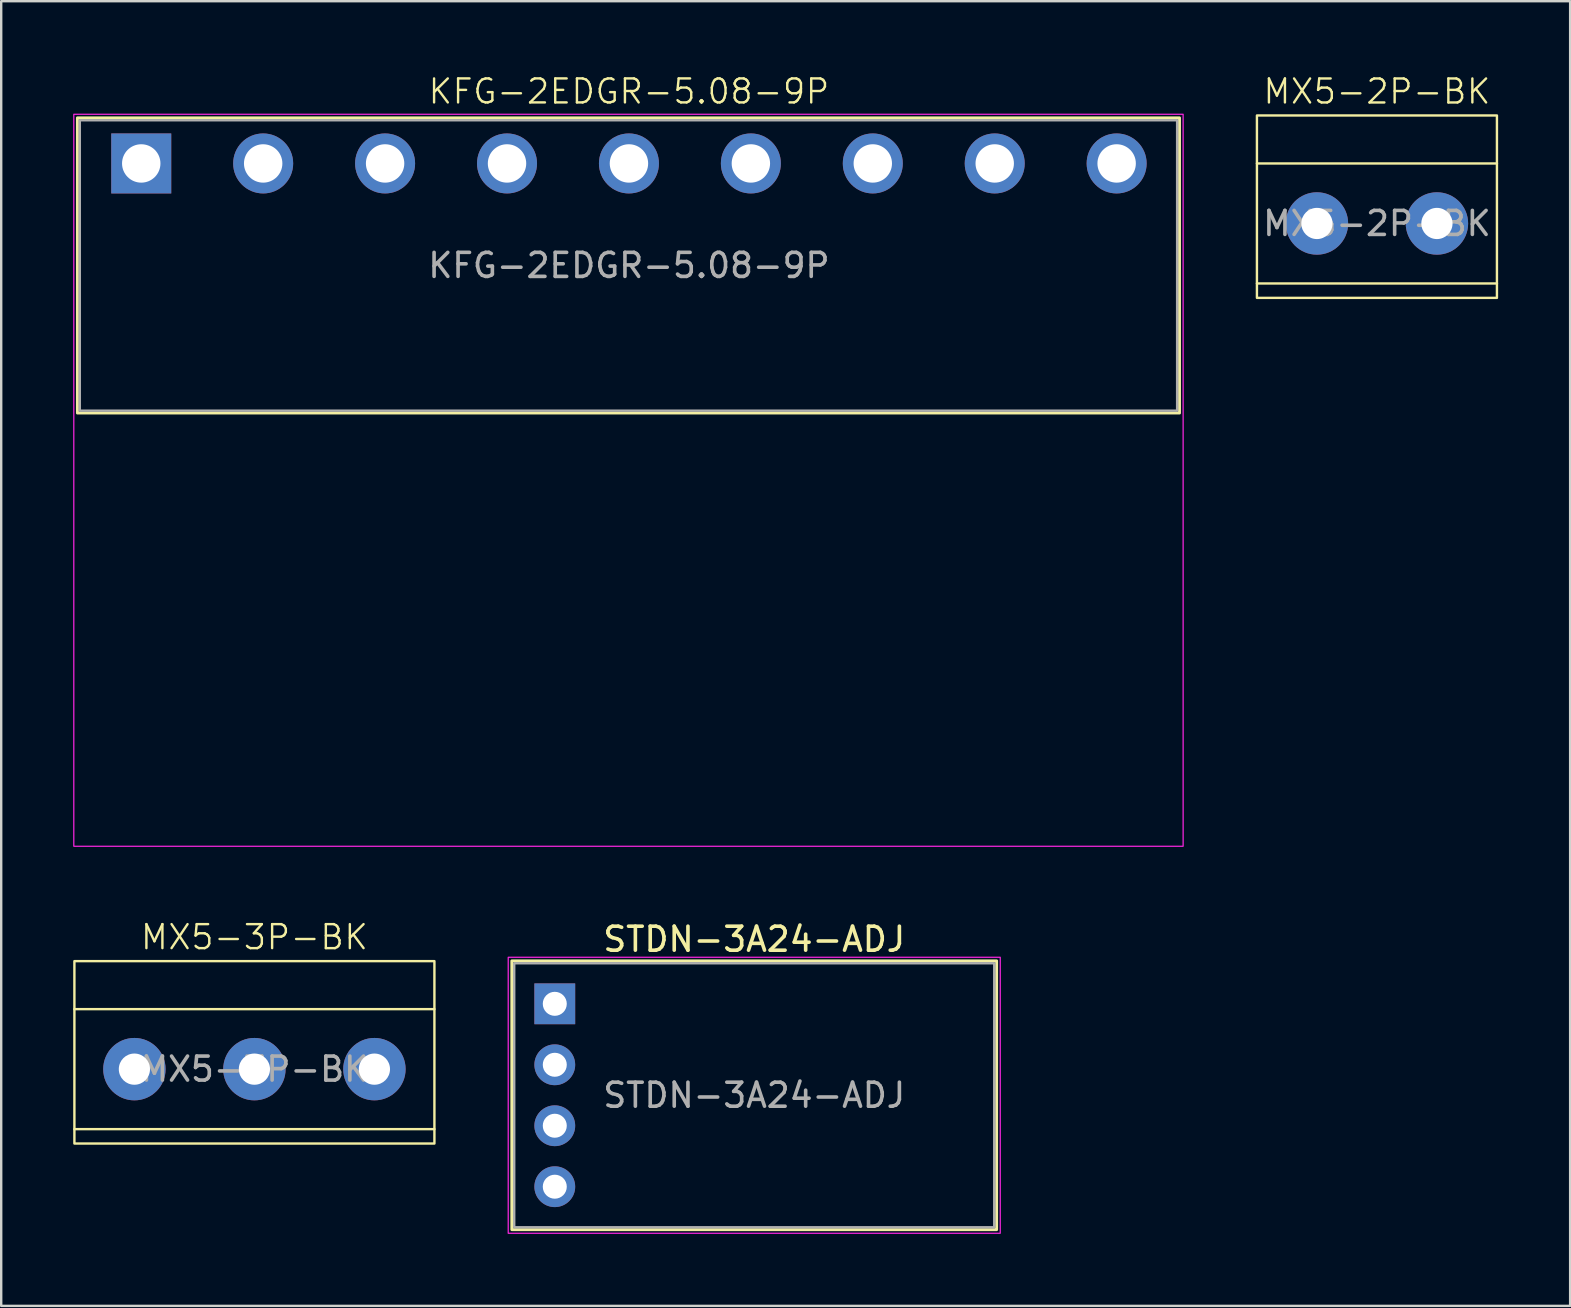
<source format=kicad_pcb>
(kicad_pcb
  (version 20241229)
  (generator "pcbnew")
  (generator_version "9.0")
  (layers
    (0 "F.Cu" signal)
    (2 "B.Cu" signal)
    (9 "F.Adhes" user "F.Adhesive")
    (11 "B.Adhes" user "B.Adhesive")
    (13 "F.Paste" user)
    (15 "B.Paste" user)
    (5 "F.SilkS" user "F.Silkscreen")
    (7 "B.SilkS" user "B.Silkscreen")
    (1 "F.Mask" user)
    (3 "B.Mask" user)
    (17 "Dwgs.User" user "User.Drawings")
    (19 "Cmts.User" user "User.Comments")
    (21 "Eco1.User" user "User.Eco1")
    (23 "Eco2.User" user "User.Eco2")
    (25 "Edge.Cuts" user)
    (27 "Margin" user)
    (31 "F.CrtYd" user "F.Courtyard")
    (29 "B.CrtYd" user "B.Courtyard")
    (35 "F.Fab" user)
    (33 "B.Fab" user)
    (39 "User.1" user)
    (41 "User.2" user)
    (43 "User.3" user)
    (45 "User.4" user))
  (footprint "MX5-2P-BK"
    (layer "F.Cu")
    (at 51.82 6.261)
    (property "Reference" "MX5-2P-BK" (at 2.5 -5.5 0) (unlocked yes) (layer "F.SilkS") (effects (font (size 1 1) (thickness 0.1))))
    (attr through_hole)
    (fp_line (start -2.5 -2.5) (end 7.5 -2.5) (stroke (width 0.1) (type default)) (layer "F.SilkS"))
    (fp_line (start -2.5 2.5) (end 7.5 2.5) (stroke (width 0.1) (type default)) (layer "F.SilkS"))
    (fp_rect (start -2.5 3.1) (end 7.5 -4.5) (stroke (width 0.1) (type default)) (fill no) (layer "F.SilkS"))
    (fp_text user "${REFERENCE}" (at 2.5 0 0) (unlocked yes) (layer "F.Fab") (effects (font (size 1 1) (thickness 0.15))))
    (pad "1" thru_hole circle (at 0 0) (size 2.6 2.6) (drill 1.3) (layers "*.Cu" "*.Mask"))
    (pad "2" thru_hole circle (at 5 0) (size 2.6 2.6) (drill 1.3) (layers "*.Cu" "*.Mask")))
  (footprint "MX5-3P-BK"
    (layer "F.Cu")
    (at 2.55 41.496)
    (property "Reference" "MX5-3P-BK" (at 5 -5.5 0) (unlocked yes) (layer "F.SilkS") (effects (font (size 1 1) (thickness 0.1))))
    (attr through_hole)
    (fp_line (start -2.5 -2.5) (end 12.5 -2.5) (stroke (width 0.1) (type default)) (layer "F.SilkS"))
    (fp_line (start -2.5 2.5) (end 12.5 2.5) (stroke (width 0.1) (type default)) (layer "F.SilkS"))
    (fp_rect (start -2.5 3.1) (end 12.5 -4.5) (stroke (width 0.1) (type default)) (fill no) (layer "F.SilkS"))
    (fp_text user "${REFERENCE}" (at 5 0 0) (unlocked yes) (layer "F.Fab") (effects (font (size 1 1) (thickness 0.15))))
    (pad "1" thru_hole circle (at 0 0) (size 2.6 2.6) (drill 1.3) (layers "*.Cu" "*.Mask"))
    (pad "2" thru_hole circle (at 5 0) (size 2.6 2.6) (drill 1.3) (layers "*.Cu" "*.Mask"))
    (pad "3" thru_hole circle (at 10 0) (size 2.6 2.6) (drill 1.3) (layers "*.Cu" "*.Mask")))
  (footprint "KFG-2EDGR-5.08-9P"
    (layer "F.Cu")
    (at 2.835 3.76)
    (property "Reference" "KFG-2EDGR-5.08-9P" (at 20.32 -3 0) (unlocked yes) (layer "F.SilkS") (effects (font (size 1 1) (thickness 0.1))))
    (attr through_hole)
    (fp_rect (start -2.66 -1.9) (end 43.26 10.4) (stroke (width 0.12) (type default)) (fill no) (layer "F.SilkS"))
    (fp_rect (start -2.81 -2.05) (end 43.41 28.45) (stroke (width 0.05) (type default)) (fill no) (layer "F.CrtYd"))
    (fp_rect (start -2.56 -1.8) (end 43.16 10.3) (stroke (width 0.1) (type default)) (fill no) (layer "F.Fab"))
    (fp_text user "${REFERENCE}" (at 20.32 4.25 0) (unlocked yes) (layer "F.Fab") (effects (font (size 1 1) (thickness 0.15))))
    (pad "1" thru_hole rect (at 0 0) (size 2.5 2.5) (drill 1.6) (layers "*.Cu" "*.Mask"))
    (pad "2" thru_hole circle (at 5.08 0) (size 2.5 2.5) (drill 1.6) (layers "*.Cu" "*.Mask"))
    (pad "3" thru_hole circle (at 10.16 0) (size 2.5 2.5) (drill 1.6) (layers "*.Cu" "*.Mask"))
    (pad "4" thru_hole circle (at 15.24 0) (size 2.5 2.5) (drill 1.6) (layers "*.Cu" "*.Mask"))
    (pad "5" thru_hole circle (at 20.32 0) (size 2.5 2.5) (drill 1.6) (layers "*.Cu" "*.Mask"))
    (pad "6" thru_hole circle (at 25.4 0) (size 2.5 2.5) (drill 1.6) (layers "*.Cu" "*.Mask"))
    (pad "7" thru_hole circle (at 30.48 0) (size 2.5 2.5) (drill 1.6) (layers "*.Cu" "*.Mask"))
    (pad "8" thru_hole circle (at 35.56 0) (size 2.5 2.5) (drill 1.6) (layers "*.Cu" "*.Mask"))
    (pad "9" thru_hole circle (at 40.64 0) (size 2.5 2.5) (drill 1.6) (layers "*.Cu" "*.Mask")))
  (footprint "STDN-3A24-ADJ"
    (layer "F.Cu")
    (at 20.065 38.774)
    (property "Reference" "STDN-3A24-ADJ" (at 8.31 -2.69 0) (unlocked yes) (layer "F.SilkS") (effects (font (size 1 1) (thickness 0.15))))
    (attr through_hole)
    (fp_rect (start -1.79 -1.79) (end 18.41 9.41) (stroke (width 0.12) (type default)) (fill no) (layer "F.SilkS"))
    (fp_rect (start -1.94 -1.94) (end 18.56 9.56) (stroke (width 0.05) (type default)) (fill no) (layer "F.CrtYd"))
    (fp_rect (start -1.69 -1.69) (end 18.31 9.31) (stroke (width 0.1) (type default)) (fill no) (layer "F.Fab"))
    (fp_text user "${REFERENCE}" (at 8.31 3.81 0) (unlocked yes) (layer "F.Fab") (effects (font (size 1 1) (thickness 0.15))))
    (pad "1" thru_hole rect (at 0 0) (size 1.7 1.7) (drill 1) (layers "*.Cu" "*.Mask"))
    (pad "2" thru_hole circle (at 0 2.54) (size 1.7 1.7) (drill 1) (layers "*.Cu" "*.Mask"))
    (pad "3" thru_hole circle (at 0 5.08) (size 1.7 1.7) (drill 1) (layers "*.Cu" "*.Mask"))
    (pad "4" thru_hole circle (at 0 7.62) (size 1.7 1.7) (drill 1) (layers "*.Cu" "*.Mask")))
  (gr_rect
    (start -3 -3)
    (end 62.37 51.359)
    (stroke (width 0.1) (type default))
    (fill no)
    (layer "Edge.Cuts")))
</source>
